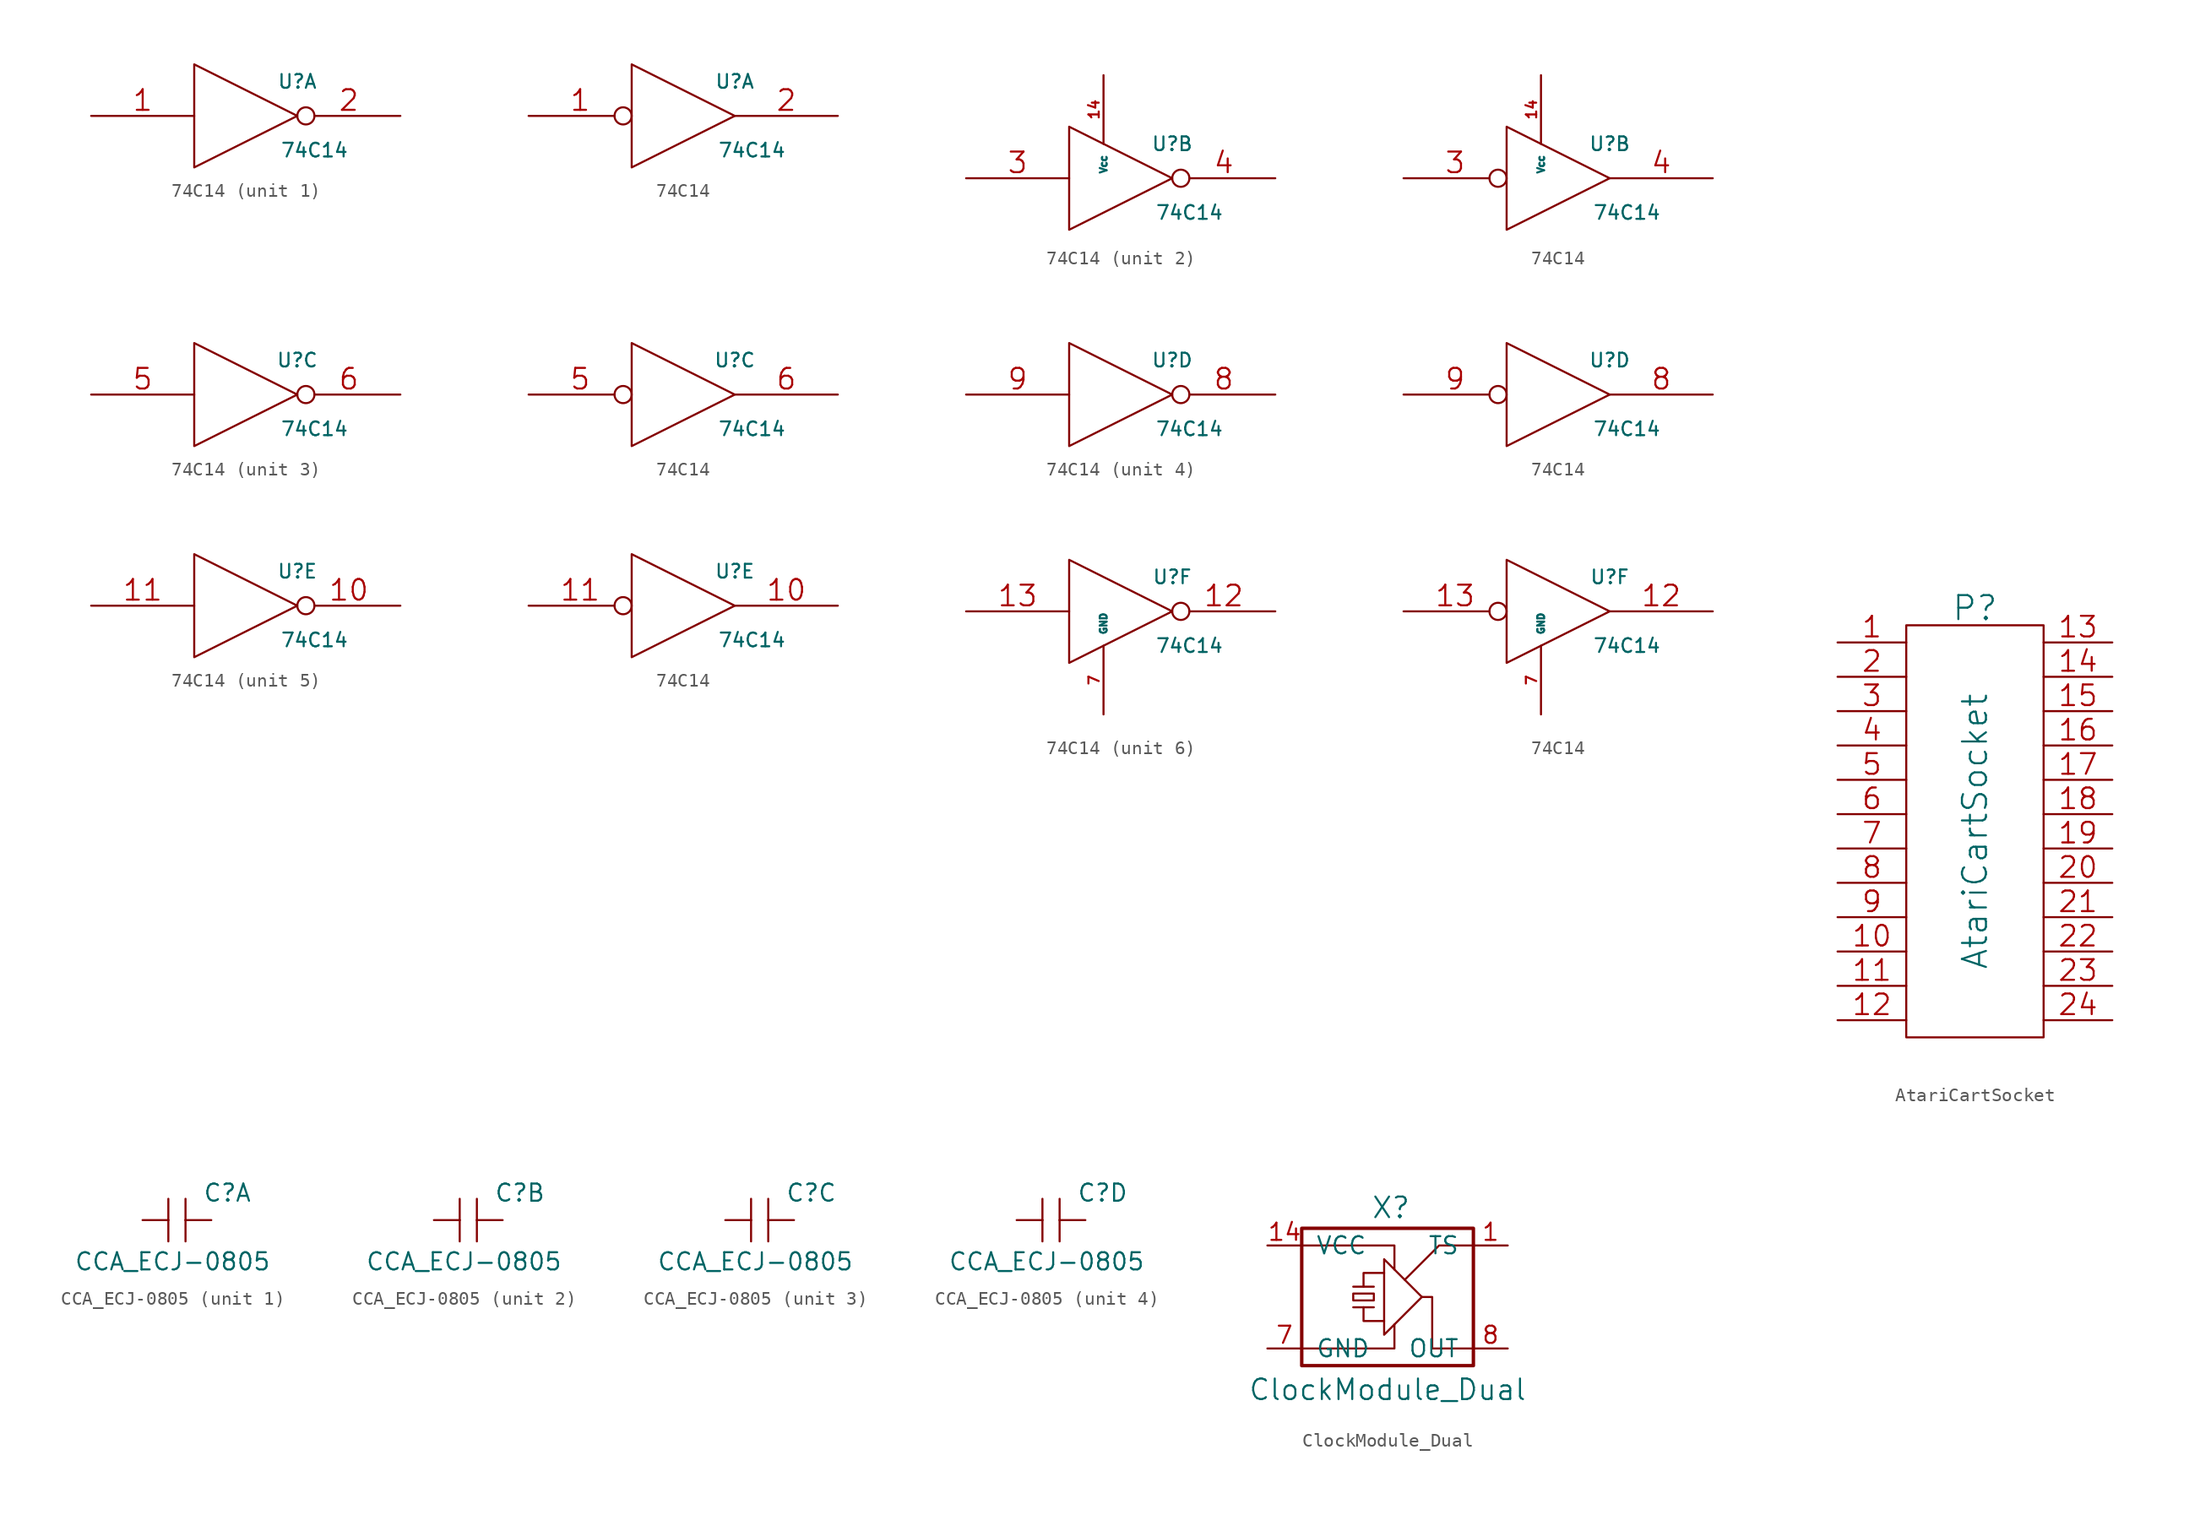
<source format=kicad_sym>
(kicad_symbol_lib
  (version 20211014)
  (generator kicad_symbol_editor)
  (symbol "74C14"
    (pin_names
      (offset 0.762))
    (property "Reference" "U"
      (at 3.81 2.54 0)
      (effects (font (size 1.016 1.016))))
    (property "Value" "74C14"
      (at 5.08 -2.54 0)
      (effects (font (size 1.016 1.016))))
    (property "Footprint" ""
      (at 0 0 0)
      (effects (font (size 1.524 1.524))))
    (property "Datasheet" ""
      (at 0 0 0)
      (effects (font (size 1.524 1.524))))
    (symbol "74C14_0_0"
      (polyline (pts (xy -3.81 3.81) (xy -3.81 -3.81) (xy 3.81 0) (xy -3.81 3.81)) (stroke (width 0) (type default) (color 0 0 0 0)) (fill (type none))))
    (symbol "74C14_1_1"
      (pin input line (at -11.43 0 0) (length 7.62) (name "~" (effects (font (size 1.524 1.524)))) (number "1" (effects (font (size 1.524 1.524)))))
      (pin output inverted (at 11.43 0 180) (length 7.62) (name "~" (effects (font (size 1.524 1.524)))) (number "2" (effects (font (size 1.524 1.524))))))
    (symbol "74C14_1_2"
      (pin input inverted (at -11.43 0 0) (length 7.62) (name "~" (effects (font (size 1.524 1.524)))) (number "1" (effects (font (size 1.524 1.524)))))
      (pin output line (at 11.43 0 180) (length 7.62) (name "~" (effects (font (size 1.524 1.524)))) (number "2" (effects (font (size 1.524 1.524))))))
    (symbol "74C14_2_0"
      (pin power_in line (at -1.27 7.62 270) (length 5.08) (name "Vcc" (effects (font (size 0.508 0.508)))) (number "14" (effects (font (size 0.762 0.762))))))
    (symbol "74C14_2_1"
      (pin input line (at -11.43 0 0) (length 7.62) (name "~" (effects (font (size 1.524 1.524)))) (number "3" (effects (font (size 1.524 1.524)))))
      (pin output inverted (at 11.43 0 180) (length 7.62) (name "~" (effects (font (size 1.524 1.524)))) (number "4" (effects (font (size 1.524 1.524))))))
    (symbol "74C14_2_2"
      (pin input inverted (at -11.43 0 0) (length 7.62) (name "~" (effects (font (size 1.524 1.524)))) (number "3" (effects (font (size 1.524 1.524)))))
      (pin output line (at 11.43 0 180) (length 7.62) (name "~" (effects (font (size 1.524 1.524)))) (number "4" (effects (font (size 1.524 1.524))))))
    (symbol "74C14_3_1"
      (pin input line (at -11.43 0 0) (length 7.62) (name "~" (effects (font (size 1.524 1.524)))) (number "5" (effects (font (size 1.524 1.524)))))
      (pin output inverted (at 11.43 0 180) (length 7.62) (name "~" (effects (font (size 1.524 1.524)))) (number "6" (effects (font (size 1.524 1.524))))))
    (symbol "74C14_3_2"
      (pin input inverted (at -11.43 0 0) (length 7.62) (name "~" (effects (font (size 1.524 1.524)))) (number "5" (effects (font (size 1.524 1.524)))))
      (pin output line (at 11.43 0 180) (length 7.62) (name "~" (effects (font (size 1.524 1.524)))) (number "6" (effects (font (size 1.524 1.524))))))
    (symbol "74C14_4_1"
      (pin output inverted (at 11.43 0 180) (length 7.62) (name "~" (effects (font (size 1.524 1.524)))) (number "8" (effects (font (size 1.524 1.524)))))
      (pin input line (at -11.43 0 0) (length 7.62) (name "~" (effects (font (size 1.524 1.524)))) (number "9" (effects (font (size 1.524 1.524))))))
    (symbol "74C14_4_2"
      (pin output line (at 11.43 0 180) (length 7.62) (name "~" (effects (font (size 1.524 1.524)))) (number "8" (effects (font (size 1.524 1.524)))))
      (pin input inverted (at -11.43 0 0) (length 7.62) (name "~" (effects (font (size 1.524 1.524)))) (number "9" (effects (font (size 1.524 1.524))))))
    (symbol "74C14_5_1"
      (pin output inverted (at 11.43 0 180) (length 7.62) (name "~" (effects (font (size 1.524 1.524)))) (number "10" (effects (font (size 1.524 1.524)))))
      (pin input line (at -11.43 0 0) (length 7.62) (name "~" (effects (font (size 1.524 1.524)))) (number "11" (effects (font (size 1.524 1.524))))))
    (symbol "74C14_5_2"
      (pin output line (at 11.43 0 180) (length 7.62) (name "~" (effects (font (size 1.524 1.524)))) (number "10" (effects (font (size 1.524 1.524)))))
      (pin input inverted (at -11.43 0 0) (length 7.62) (name "~" (effects (font (size 1.524 1.524)))) (number "11" (effects (font (size 1.524 1.524))))))
    (symbol "74C14_6_0"
      (pin power_in line (at -1.27 -7.62 90) (length 5.08) (name "GND" (effects (font (size 0.508 0.508)))) (number "7" (effects (font (size 0.762 0.762))))))
    (symbol "74C14_6_1"
      (pin output inverted (at 11.43 0 180) (length 7.62) (name "~" (effects (font (size 1.524 1.524)))) (number "12" (effects (font (size 1.524 1.524)))))
      (pin input line (at -11.43 0 0) (length 7.62) (name "~" (effects (font (size 1.524 1.524)))) (number "13" (effects (font (size 1.524 1.524))))))
    (symbol "74C14_6_2"
      (pin output line (at 11.43 0 180) (length 7.62) (name "~" (effects (font (size 1.524 1.524)))) (number "12" (effects (font (size 1.524 1.524)))))
      (pin input inverted (at -11.43 0 0) (length 7.62) (name "~" (effects (font (size 1.524 1.524)))) (number "13" (effects (font (size 1.524 1.524)))))))
  (symbol "AtariCartSocket"
    (pin_names
      (offset 1.016) hide)
    (property "Reference" "P"
      (at 0 16.51 0)
      (effects (font (size 1.778 1.778))))
    (property "Value" "AtariCartSocket"
      (at 0 0 90)
      (effects (font (size 1.778 1.778))))
    (property "Footprint" ""
      (at 0 0 0)
      (effects (font (size 1.524 1.524))))
    (property "Datasheet" ""
      (at 0 0 0)
      (effects (font (size 1.524 1.524))))
    (symbol "AtariCartSocket_0_1"
      (rectangle (start -5.08 15.24) (end 5.08 -15.24) (stroke (width 0) (type default) (color 0 0 0 0)) (fill (type none))))
    (symbol "AtariCartSocket_1_1"
      (pin passive line (at -10.16 13.97 0) (length 5.08) (name "P1" (effects (font (size 1.524 1.524)))) (number "1" (effects (font (size 1.524 1.524)))))
      (pin passive line (at -10.16 -8.89 0) (length 5.08) (name "10" (effects (font (size 1.524 1.524)))) (number "10" (effects (font (size 1.524 1.524)))))
      (pin passive line (at -10.16 -11.43 0) (length 5.08) (name "11" (effects (font (size 1.524 1.524)))) (number "11" (effects (font (size 1.524 1.524)))))
      (pin passive line (at -10.16 -13.97 0) (length 5.08) (name "12" (effects (font (size 1.524 1.524)))) (number "12" (effects (font (size 1.524 1.524)))))
      (pin passive line (at 10.16 13.97 180) (length 5.08) (name "13" (effects (font (size 1.524 1.524)))) (number "13" (effects (font (size 1.524 1.524)))))
      (pin passive line (at 10.16 11.43 180) (length 5.08) (name "14" (effects (font (size 1.524 1.524)))) (number "14" (effects (font (size 1.524 1.524)))))
      (pin passive line (at 10.16 8.89 180) (length 5.08) (name "15" (effects (font (size 1.524 1.524)))) (number "15" (effects (font (size 1.524 1.524)))))
      (pin passive line (at 10.16 6.35 180) (length 5.08) (name "16" (effects (font (size 1.524 1.524)))) (number "16" (effects (font (size 1.524 1.524)))))
      (pin passive line (at 10.16 3.81 180) (length 5.08) (name "17" (effects (font (size 1.524 1.524)))) (number "17" (effects (font (size 1.524 1.524)))))
      (pin passive line (at 10.16 1.27 180) (length 5.08) (name "18" (effects (font (size 1.524 1.524)))) (number "18" (effects (font (size 1.524 1.524)))))
      (pin passive line (at 10.16 -1.27 180) (length 5.08) (name "19" (effects (font (size 1.524 1.524)))) (number "19" (effects (font (size 1.524 1.524)))))
      (pin passive line (at -10.16 11.43 0) (length 5.08) (name "2" (effects (font (size 1.524 1.524)))) (number "2" (effects (font (size 1.524 1.524)))))
      (pin passive line (at 10.16 -3.81 180) (length 5.08) (name "20" (effects (font (size 1.524 1.524)))) (number "20" (effects (font (size 1.524 1.524)))))
      (pin passive line (at 10.16 -6.35 180) (length 5.08) (name "21" (effects (font (size 1.524 1.524)))) (number "21" (effects (font (size 1.524 1.524)))))
      (pin passive line (at 10.16 -8.89 180) (length 5.08) (name "22" (effects (font (size 1.524 1.524)))) (number "22" (effects (font (size 1.524 1.524)))))
      (pin passive line (at 10.16 -11.43 180) (length 5.08) (name "23" (effects (font (size 1.524 1.524)))) (number "23" (effects (font (size 1.524 1.524)))))
      (pin passive line (at 10.16 -13.97 180) (length 5.08) (name "24" (effects (font (size 1.524 1.524)))) (number "24" (effects (font (size 1.524 1.524)))))
      (pin passive line (at -10.16 8.89 0) (length 5.08) (name "3" (effects (font (size 1.524 1.524)))) (number "3" (effects (font (size 1.524 1.524)))))
      (pin passive line (at -10.16 6.35 0) (length 5.08) (name "4" (effects (font (size 1.524 1.524)))) (number "4" (effects (font (size 1.524 1.524)))))
      (pin passive line (at -10.16 3.81 0) (length 5.08) (name "5" (effects (font (size 1.524 1.524)))) (number "5" (effects (font (size 1.524 1.524)))))
      (pin passive line (at -10.16 1.27 0) (length 5.08) (name "6" (effects (font (size 1.524 1.524)))) (number "6" (effects (font (size 1.524 1.524)))))
      (pin passive line (at -10.16 -1.27 0) (length 5.08) (name "7" (effects (font (size 1.524 1.524)))) (number "7" (effects (font (size 1.524 1.524)))))
      (pin passive line (at -10.16 -3.81 0) (length 5.08) (name "8" (effects (font (size 1.524 1.524)))) (number "8" (effects (font (size 1.524 1.524)))))
      (pin passive line (at -10.16 -6.35 0) (length 5.08) (name "9" (effects (font (size 1.524 1.524)))) (number "9" (effects (font (size 1.524 1.524)))))))
  (symbol "CCA_ECJ-0805"
    (pin_numbers hide)
    (pin_names
      (offset 0) hide)
    (property "Reference" "C"
      (at 1.905 1.27 0)
      (effects (font (size 1.27 1.27)) (justify left bottom)))
    (property "Value" "CCA_ECJ-0805"
      (at -7.62 -3.81 0)
      (effects (font (size 1.27 1.27)) (justify left bottom)))
    (property "Datasheet" ""
      (at 0 0 0)
      (effects (font (size 1.524 1.524))))
    (symbol "CCA_ECJ-0805_1_0"
      (polyline (pts (xy -0.635 0) (xy -0.635 -1.575)) (stroke (width 0) (type default) (color 0 0 0 0)) (fill (type none)))
      (polyline (pts (xy -0.635 1.575) (xy -0.635 0)) (stroke (width 0) (type default) (color 0 0 0 0)) (fill (type none)))
      (polyline (pts (xy 0.635 0) (xy 0.635 -1.575)) (stroke (width 0) (type default) (color 0 0 0 0)) (fill (type none)))
      (polyline (pts (xy 0.635 1.575) (xy 0.635 0)) (stroke (width 0) (type default) (color 0 0 0 0)) (fill (type none))))
    (symbol "CCA_ECJ-0805_1_1"
      (pin passive line (at -2.54 0 0) (length 1.905) (name "~" (effects (font (size 1.016 1.016)))) (number "A1" (effects (font (size 1.016 1.016)))))
      (pin passive line (at 2.54 0 180) (length 1.905) (name "~" (effects (font (size 1.016 1.016)))) (number "A2" (effects (font (size 1.016 1.016))))))
    (symbol "CCA_ECJ-0805_2_0"
      (polyline (pts (xy -0.635 0) (xy -0.635 -1.575)) (stroke (width 0) (type default) (color 0 0 0 0)) (fill (type none)))
      (polyline (pts (xy -0.635 1.575) (xy -0.635 0)) (stroke (width 0) (type default) (color 0 0 0 0)) (fill (type none)))
      (polyline (pts (xy 0.635 0) (xy 0.635 -1.575)) (stroke (width 0) (type default) (color 0 0 0 0)) (fill (type none)))
      (polyline (pts (xy 0.635 1.575) (xy 0.635 0)) (stroke (width 0) (type default) (color 0 0 0 0)) (fill (type none))))
    (symbol "CCA_ECJ-0805_2_1"
      (pin passive line (at -2.54 0 0) (length 1.905) (name "~" (effects (font (size 1.016 1.016)))) (number "B1" (effects (font (size 1.016 1.016)))))
      (pin passive line (at 2.54 0 180) (length 1.905) (name "~" (effects (font (size 1.016 1.016)))) (number "B2" (effects (font (size 1.016 1.016))))))
    (symbol "CCA_ECJ-0805_3_0"
      (polyline (pts (xy -0.635 0) (xy -0.635 -1.575)) (stroke (width 0) (type default) (color 0 0 0 0)) (fill (type none)))
      (polyline (pts (xy -0.635 1.575) (xy -0.635 0)) (stroke (width 0) (type default) (color 0 0 0 0)) (fill (type none)))
      (polyline (pts (xy 0.635 0) (xy 0.635 -1.575)) (stroke (width 0) (type default) (color 0 0 0 0)) (fill (type none)))
      (polyline (pts (xy 0.635 1.575) (xy 0.635 0)) (stroke (width 0) (type default) (color 0 0 0 0)) (fill (type none))))
    (symbol "CCA_ECJ-0805_3_1"
      (pin passive line (at -2.54 0 0) (length 1.905) (name "~" (effects (font (size 1.016 1.016)))) (number "C1" (effects (font (size 1.016 1.016)))))
      (pin passive line (at 2.54 0 180) (length 1.905) (name "~" (effects (font (size 1.016 1.016)))) (number "C2" (effects (font (size 1.016 1.016))))))
    (symbol "CCA_ECJ-0805_4_0"
      (polyline (pts (xy -0.635 0) (xy -0.635 -1.575)) (stroke (width 0) (type default) (color 0 0 0 0)) (fill (type none)))
      (polyline (pts (xy -0.635 1.575) (xy -0.635 0)) (stroke (width 0) (type default) (color 0 0 0 0)) (fill (type none)))
      (polyline (pts (xy 0.635 0) (xy 0.635 -1.575)) (stroke (width 0) (type default) (color 0 0 0 0)) (fill (type none)))
      (polyline (pts (xy 0.635 1.575) (xy 0.635 0)) (stroke (width 0) (type default) (color 0 0 0 0)) (fill (type none))))
    (symbol "CCA_ECJ-0805_4_1"
      (pin passive line (at -2.54 0 0) (length 1.905) (name "~" (effects (font (size 1.016 1.016)))) (number "D1" (effects (font (size 1.016 1.016)))))
      (pin passive line (at 2.54 0 180) (length 1.905) (name "~" (effects (font (size 1.016 1.016)))) (number "D2" (effects (font (size 1.016 1.016)))))))
  (symbol "ClockModule_Dual"
    (pin_names
      (offset 1.016))
    (property "Reference" "X"
      (at 0.254 6.604 0)
      (effects (font (size 1.524 1.524))))
    (property "Value" "ClockModule_Dual"
      (at 0 -6.858 0)
      (effects (font (size 1.524 1.524))))
    (property "Footprint" ""
      (at 0 0 0)
      (effects (font (size 1.524 1.524))))
    (property "Datasheet" ""
      (at 0 0 0)
      (effects (font (size 1.524 1.524))))
    (symbol "ClockModule_Dual_0_1"
      (polyline (pts (xy -2.54 -0.762) (xy -1.016 -0.762)) (stroke (width 0) (type default) (color 0 0 0 0)) (fill (type none)))
      (polyline (pts (xy -2.54 0.762) (xy -1.016 0.762)) (stroke (width 0) (type default) (color 0 0 0 0)) (fill (type none)))
      (polyline (pts (xy -1.778 -0.762) (xy -1.778 -1.778) (xy -0.254 -1.778)) (stroke (width 0) (type default) (color 0 0 0 0)) (fill (type none)))
      (polyline (pts (xy -1.778 0.762) (xy -1.778 1.778) (xy -0.254 1.778)) (stroke (width 0) (type default) (color 0 0 0 0)) (fill (type none)))
      (polyline (pts (xy 0.508 -2.032) (xy 0.508 -3.81) (xy -6.35 -3.81)) (stroke (width 0) (type default) (color 0 0 0 0)) (fill (type none)))
      (polyline (pts (xy 0.508 2.032) (xy 0.508 3.81) (xy -6.35 3.81)) (stroke (width 0) (type default) (color 0 0 0 0)) (fill (type none)))
      (polyline (pts (xy 1.27 1.27) (xy 3.81 3.81) (xy 6.35 3.81)) (stroke (width 0) (type default) (color 0 0 0 0)) (fill (type none)))
      (polyline (pts (xy -0.254 2.794) (xy -0.254 -2.794) (xy 2.54 0) (xy -0.254 2.794)) (stroke (width 0) (type default) (color 0 0 0 0)) (fill (type none)))
      (polyline (pts (xy 2.54 0) (xy 3.302 0) (xy 3.302 -3.81) (xy 6.35 -3.81)) (stroke (width 0) (type default) (color 0 0 0 0)) (fill (type none)))
      (polyline (pts (xy -2.54 0.254) (xy -1.016 0.254) (xy -1.016 -0.254) (xy -2.54 -0.254) (xy -2.54 0.254)) (stroke (width 0) (type default) (color 0 0 0 0)) (fill (type none)))
      (polyline (pts (xy 6.35 5.08) (xy 6.35 -5.08) (xy -6.35 -5.08) (xy -6.35 5.08) (xy 6.35 5.08)) (stroke (width 0.254) (type default) (color 0 0 0 0)) (fill (type none))))
    (symbol "ClockModule_Dual_1_1"
      (pin input line (at 8.89 3.81 180) (length 2.54) (name "TS" (effects (font (size 1.27 1.27)))) (number "1" (effects (font (size 1.27 1.27)))))
      (pin input line (at -8.89 3.81 0) (length 2.54) (name "VCC" (effects (font (size 1.27 1.27)))) (number "14" (effects (font (size 1.27 1.27)))))
      (pin input line (at -8.89 -3.81 0) (length 2.54) (name "GND" (effects (font (size 1.27 1.27)))) (number "7" (effects (font (size 1.27 1.27)))))
      (pin input line (at 8.89 -3.81 180) (length 2.54) (name "OUT" (effects (font (size 1.27 1.27)))) (number "8" (effects (font (size 1.27 1.27))))))))
</source>
